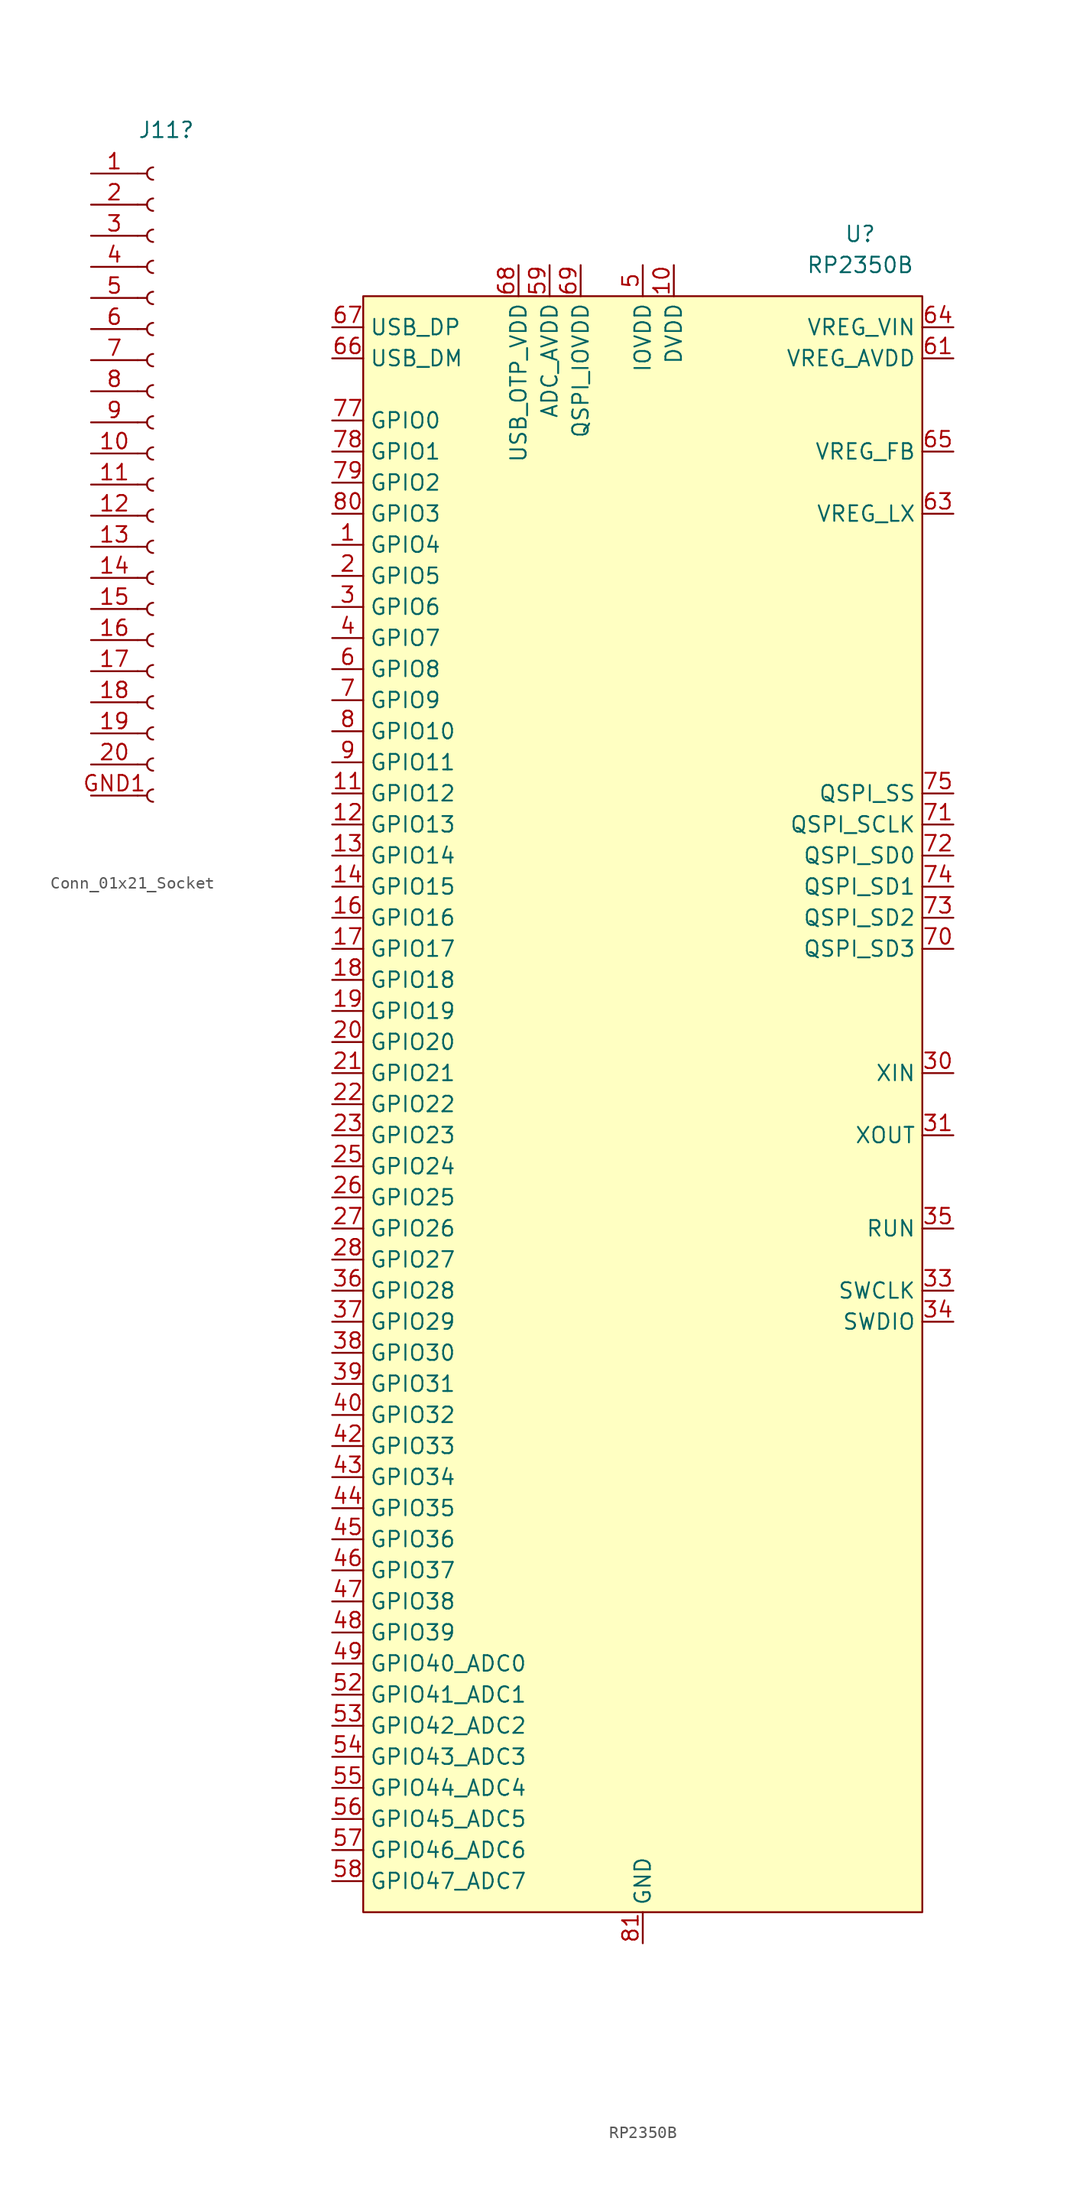
<source format=kicad_sym>
(kicad_symbol_lib
  (version 20241209)
  (generator "kicad_symbol_editor")
  (generator_version "9.0")
  (symbol "Conn_01x21_Socket"
    (pin_names
      (offset 1.016)
      (hide yes))
    (property "Reference" "J11"
      (at -1.27 28.956 0)
      (effects (font (size 1.27 1.27)) (justify left)))
    (property "ki_locked" ""
      (at 0 0 0)
      (effects (font (size 1.27 1.27))))
    (symbol "Conn_01x21_Socket_1_1"
      (polyline (pts (xy -1.27 25.4) (xy -0.508 25.4)) (stroke (width 0.152) (type default)) (fill (type none)))
      (polyline (pts (xy -1.27 22.86) (xy -0.508 22.86)) (stroke (width 0.152) (type default)) (fill (type none)))
      (polyline (pts (xy -1.27 20.32) (xy -0.508 20.32)) (stroke (width 0.152) (type default)) (fill (type none)))
      (polyline (pts (xy -1.27 17.78) (xy -0.508 17.78)) (stroke (width 0.152) (type default)) (fill (type none)))
      (polyline (pts (xy -1.27 15.24) (xy -0.508 15.24)) (stroke (width 0.152) (type default)) (fill (type none)))
      (polyline (pts (xy -1.27 12.7) (xy -0.508 12.7)) (stroke (width 0.152) (type default)) (fill (type none)))
      (polyline (pts (xy -1.27 10.16) (xy -0.508 10.16)) (stroke (width 0.152) (type default)) (fill (type none)))
      (polyline (pts (xy -1.27 7.62) (xy -0.508 7.62)) (stroke (width 0.152) (type default)) (fill (type none)))
      (polyline (pts (xy -1.27 5.08) (xy -0.508 5.08)) (stroke (width 0.152) (type default)) (fill (type none)))
      (polyline (pts (xy -1.27 2.54) (xy -0.508 2.54)) (stroke (width 0.152) (type default)) (fill (type none)))
      (polyline (pts (xy -1.27 0) (xy -0.508 0)) (stroke (width 0.152) (type default)) (fill (type none)))
      (polyline (pts (xy -1.27 -2.54) (xy -0.508 -2.54)) (stroke (width 0.152) (type default)) (fill (type none)))
      (polyline (pts (xy -1.27 -5.08) (xy -0.508 -5.08)) (stroke (width 0.152) (type default)) (fill (type none)))
      (polyline (pts (xy -1.27 -7.62) (xy -0.508 -7.62)) (stroke (width 0.152) (type default)) (fill (type none)))
      (polyline (pts (xy -1.27 -10.16) (xy -0.508 -10.16)) (stroke (width 0.152) (type default)) (fill (type none)))
      (polyline (pts (xy -1.27 -12.7) (xy -0.508 -12.7)) (stroke (width 0.152) (type default)) (fill (type none)))
      (polyline (pts (xy -1.27 -15.24) (xy -0.508 -15.24)) (stroke (width 0.152) (type default)) (fill (type none)))
      (polyline (pts (xy -1.27 -17.78) (xy -0.508 -17.78)) (stroke (width 0.152) (type default)) (fill (type none)))
      (polyline (pts (xy -1.27 -20.32) (xy -0.508 -20.32)) (stroke (width 0.152) (type default)) (fill (type none)))
      (polyline (pts (xy -1.27 -22.86) (xy -0.508 -22.86)) (stroke (width 0.152) (type default)) (fill (type none)))
      (polyline (pts (xy -1.27 -25.4) (xy -0.508 -25.4)) (stroke (width 0.152) (type default)) (fill (type none)))
      (arc (start 0 24.892) (mid -0.5058 25.4) (end 0 25.908) (stroke (width 0.1524) (type default)) (fill (type none)))
      (arc (start 0 22.352) (mid -0.5058 22.86) (end 0 23.368) (stroke (width 0.1524) (type default)) (fill (type none)))
      (arc (start 0 19.812) (mid -0.5058 20.32) (end 0 20.828) (stroke (width 0.1524) (type default)) (fill (type none)))
      (arc (start 0 17.272) (mid -0.5058 17.78) (end 0 18.288) (stroke (width 0.1524) (type default)) (fill (type none)))
      (arc (start 0 14.732) (mid -0.5058 15.24) (end 0 15.748) (stroke (width 0.1524) (type default)) (fill (type none)))
      (arc (start 0 12.192) (mid -0.5058 12.7) (end 0 13.208) (stroke (width 0.1524) (type default)) (fill (type none)))
      (arc (start 0 9.652) (mid -0.5058 10.16) (end 0 10.668) (stroke (width 0.1524) (type default)) (fill (type none)))
      (arc (start 0 7.112) (mid -0.5058 7.62) (end 0 8.128) (stroke (width 0.1524) (type default)) (fill (type none)))
      (arc (start 0 4.572) (mid -0.5058 5.08) (end 0 5.588) (stroke (width 0.1524) (type default)) (fill (type none)))
      (arc (start 0 2.032) (mid -0.5058 2.54) (end 0 3.048) (stroke (width 0.1524) (type default)) (fill (type none)))
      (arc (start 0 -0.508) (mid -0.5058 0) (end 0 0.508) (stroke (width 0.1524) (type default)) (fill (type none)))
      (arc (start 0 -3.048) (mid -0.5058 -2.54) (end 0 -2.032) (stroke (width 0.1524) (type default)) (fill (type none)))
      (arc (start 0 -5.588) (mid -0.5058 -5.08) (end 0 -4.572) (stroke (width 0.1524) (type default)) (fill (type none)))
      (arc (start 0 -8.128) (mid -0.5058 -7.62) (end 0 -7.112) (stroke (width 0.1524) (type default)) (fill (type none)))
      (arc (start 0 -10.668) (mid -0.5058 -10.16) (end 0 -9.652) (stroke (width 0.1524) (type default)) (fill (type none)))
      (arc (start 0 -13.208) (mid -0.5058 -12.7) (end 0 -12.192) (stroke (width 0.1524) (type default)) (fill (type none)))
      (arc (start 0 -15.748) (mid -0.5058 -15.24) (end 0 -14.732) (stroke (width 0.1524) (type default)) (fill (type none)))
      (arc (start 0 -18.288) (mid -0.5058 -17.78) (end 0 -17.272) (stroke (width 0.1524) (type default)) (fill (type none)))
      (arc (start 0 -20.828) (mid -0.5058 -20.32) (end 0 -19.812) (stroke (width 0.1524) (type default)) (fill (type none)))
      (arc (start 0 -23.368) (mid -0.5058 -22.86) (end 0 -22.352) (stroke (width 0.1524) (type default)) (fill (type none)))
      (arc (start 0 -25.908) (mid -0.5058 -25.4) (end 0 -24.892) (stroke (width 0.1524) (type default)) (fill (type none)))
      (pin passive line (at -5.08 25.4 0) (length 3.81) (name "Pin_1" (effects (font (size 1.27 1.27)))) (number "1" (effects (font (size 1.27 1.27)))))
      (pin passive line (at -5.08 22.86 0) (length 3.81) (name "Pin_2" (effects (font (size 1.27 1.27)))) (number "2" (effects (font (size 1.27 1.27)))))
      (pin passive line (at -5.08 20.32 0) (length 3.81) (name "Pin_3" (effects (font (size 1.27 1.27)))) (number "3" (effects (font (size 1.27 1.27)))))
      (pin passive line (at -5.08 17.78 0) (length 3.81) (name "Pin_4" (effects (font (size 1.27 1.27)))) (number "4" (effects (font (size 1.27 1.27)))))
      (pin passive line (at -5.08 15.24 0) (length 3.81) (name "Pin_5" (effects (font (size 1.27 1.27)))) (number "5" (effects (font (size 1.27 1.27)))))
      (pin passive line (at -5.08 12.7 0) (length 3.81) (name "Pin_6" (effects (font (size 1.27 1.27)))) (number "6" (effects (font (size 1.27 1.27)))))
      (pin passive line (at -5.08 10.16 0) (length 3.81) (name "Pin_7" (effects (font (size 1.27 1.27)))) (number "7" (effects (font (size 1.27 1.27)))))
      (pin passive line (at -5.08 7.62 0) (length 3.81) (name "Pin_8" (effects (font (size 1.27 1.27)))) (number "8" (effects (font (size 1.27 1.27)))))
      (pin passive line (at -5.08 5.08 0) (length 3.81) (name "Pin_9" (effects (font (size 1.27 1.27)))) (number "9" (effects (font (size 1.27 1.27)))))
      (pin passive line (at -5.08 2.54 0) (length 3.81) (name "Pin_10" (effects (font (size 1.27 1.27)))) (number "10" (effects (font (size 1.27 1.27)))))
      (pin passive line (at -5.08 0 0) (length 3.81) (name "Pin_11" (effects (font (size 1.27 1.27)))) (number "11" (effects (font (size 1.27 1.27)))))
      (pin passive line (at -5.08 -2.54 0) (length 3.81) (name "Pin_12" (effects (font (size 1.27 1.27)))) (number "12" (effects (font (size 1.27 1.27)))))
      (pin passive line (at -5.08 -5.08 0) (length 3.81) (name "Pin_13" (effects (font (size 1.27 1.27)))) (number "13" (effects (font (size 1.27 1.27)))))
      (pin passive line (at -5.08 -7.62 0) (length 3.81) (name "Pin_14" (effects (font (size 1.27 1.27)))) (number "14" (effects (font (size 1.27 1.27)))))
      (pin passive line (at -5.08 -10.16 0) (length 3.81) (name "Pin_15" (effects (font (size 1.27 1.27)))) (number "15" (effects (font (size 1.27 1.27)))))
      (pin passive line (at -5.08 -12.7 0) (length 3.81) (name "Pin_16" (effects (font (size 1.27 1.27)))) (number "16" (effects (font (size 1.27 1.27)))))
      (pin passive line (at -5.08 -15.24 0) (length 3.81) (name "Pin_17" (effects (font (size 1.27 1.27)))) (number "17" (effects (font (size 1.27 1.27)))))
      (pin passive line (at -5.08 -17.78 0) (length 3.81) (name "Pin_18" (effects (font (size 1.27 1.27)))) (number "18" (effects (font (size 1.27 1.27)))))
      (pin passive line (at -5.08 -20.32 0) (length 3.81) (name "Pin_19" (effects (font (size 1.27 1.27)))) (number "19" (effects (font (size 1.27 1.27)))))
      (pin passive line (at -5.08 -22.86 0) (length 3.81) (name "Pin_20" (effects (font (size 1.27 1.27)))) (number "20" (effects (font (size 1.27 1.27)))))
      (pin passive line (at -5.08 -25.4 0) (length 3.81) (name "GND" (effects (font (size 1.27 1.27)))) (number "GND1" (effects (font (size 1.27 1.27)))))))
  (symbol "RP2350B"
    (property "Reference" "U"
      (at 17.78 71.12 0)
      (effects (font (size 1.27 1.27))))
    (property "Value" "RP2350B"
      (at 17.78 68.58 0)
      (effects (font (size 1.27 1.27))))
    (symbol "RP2350B_0_0"
      (pin bidirectional line (at -25.4 63.5 0) (length 2.54) (name "USB_DP" (effects (font (size 1.27 1.27)))) (number "67" (effects (font (size 1.27 1.27)))))
      (pin bidirectional line (at -25.4 60.96 0) (length 2.54) (name "USB_DM" (effects (font (size 1.27 1.27)))) (number "66" (effects (font (size 1.27 1.27)))))
      (pin bidirectional line (at -25.4 55.88 0) (length 2.54) (name "GPIO0" (effects (font (size 1.27 1.27)))) (number "77" (effects (font (size 1.27 1.27)))))
      (pin bidirectional line (at -25.4 53.34 0) (length 2.54) (name "GPIO1" (effects (font (size 1.27 1.27)))) (number "78" (effects (font (size 1.27 1.27)))))
      (pin bidirectional line (at -25.4 50.8 0) (length 2.54) (name "GPIO2" (effects (font (size 1.27 1.27)))) (number "79" (effects (font (size 1.27 1.27)))))
      (pin bidirectional line (at -25.4 48.26 0) (length 2.54) (name "GPIO3" (effects (font (size 1.27 1.27)))) (number "80" (effects (font (size 1.27 1.27)))))
      (pin bidirectional line (at -25.4 45.72 0) (length 2.54) (name "GPIO4" (effects (font (size 1.27 1.27)))) (number "1" (effects (font (size 1.27 1.27)))))
      (pin bidirectional line (at -25.4 43.18 0) (length 2.54) (name "GPIO5" (effects (font (size 1.27 1.27)))) (number "2" (effects (font (size 1.27 1.27)))))
      (pin bidirectional line (at -25.4 40.64 0) (length 2.54) (name "GPIO6" (effects (font (size 1.27 1.27)))) (number "3" (effects (font (size 1.27 1.27)))))
      (pin bidirectional line (at -25.4 38.1 0) (length 2.54) (name "GPIO7" (effects (font (size 1.27 1.27)))) (number "4" (effects (font (size 1.27 1.27)))))
      (pin bidirectional line (at -25.4 35.56 0) (length 2.54) (name "GPIO8" (effects (font (size 1.27 1.27)))) (number "6" (effects (font (size 1.27 1.27)))))
      (pin bidirectional line (at -25.4 33.02 0) (length 2.54) (name "GPIO9" (effects (font (size 1.27 1.27)))) (number "7" (effects (font (size 1.27 1.27)))))
      (pin bidirectional line (at -25.4 30.48 0) (length 2.54) (name "GPIO10" (effects (font (size 1.27 1.27)))) (number "8" (effects (font (size 1.27 1.27)))))
      (pin bidirectional line (at -25.4 27.94 0) (length 2.54) (name "GPIO11" (effects (font (size 1.27 1.27)))) (number "9" (effects (font (size 1.27 1.27)))))
      (pin bidirectional line (at -25.4 25.4 0) (length 2.54) (name "GPIO12" (effects (font (size 1.27 1.27)))) (number "11" (effects (font (size 1.27 1.27)))))
      (pin bidirectional line (at -25.4 22.86 0) (length 2.54) (name "GPIO13" (effects (font (size 1.27 1.27)))) (number "12" (effects (font (size 1.27 1.27)))))
      (pin bidirectional line (at -25.4 20.32 0) (length 2.54) (name "GPIO14" (effects (font (size 1.27 1.27)))) (number "13" (effects (font (size 1.27 1.27)))))
      (pin bidirectional line (at -25.4 17.78 0) (length 2.54) (name "GPIO15" (effects (font (size 1.27 1.27)))) (number "14" (effects (font (size 1.27 1.27)))))
      (pin bidirectional line (at -25.4 15.24 0) (length 2.54) (name "GPIO16" (effects (font (size 1.27 1.27)))) (number "16" (effects (font (size 1.27 1.27)))))
      (pin bidirectional line (at -25.4 12.7 0) (length 2.54) (name "GPIO17" (effects (font (size 1.27 1.27)))) (number "17" (effects (font (size 1.27 1.27)))))
      (pin bidirectional line (at -25.4 10.16 0) (length 2.54) (name "GPIO18" (effects (font (size 1.27 1.27)))) (number "18" (effects (font (size 1.27 1.27)))))
      (pin bidirectional line (at -25.4 7.62 0) (length 2.54) (name "GPIO19" (effects (font (size 1.27 1.27)))) (number "19" (effects (font (size 1.27 1.27)))))
      (pin bidirectional line (at -25.4 5.08 0) (length 2.54) (name "GPIO20" (effects (font (size 1.27 1.27)))) (number "20" (effects (font (size 1.27 1.27)))))
      (pin bidirectional line (at -25.4 2.54 0) (length 2.54) (name "GPIO21" (effects (font (size 1.27 1.27)))) (number "21" (effects (font (size 1.27 1.27)))))
      (pin bidirectional line (at -25.4 0 0) (length 2.54) (name "GPIO22" (effects (font (size 1.27 1.27)))) (number "22" (effects (font (size 1.27 1.27)))))
      (pin bidirectional line (at -25.4 -2.54 0) (length 2.54) (name "GPIO23" (effects (font (size 1.27 1.27)))) (number "23" (effects (font (size 1.27 1.27)))))
      (pin bidirectional line (at -25.4 -5.08 0) (length 2.54) (name "GPIO24" (effects (font (size 1.27 1.27)))) (number "25" (effects (font (size 1.27 1.27)))))
      (pin bidirectional line (at -25.4 -7.62 0) (length 2.54) (name "GPIO25" (effects (font (size 1.27 1.27)))) (number "26" (effects (font (size 1.27 1.27)))))
      (pin bidirectional line (at -25.4 -10.16 0) (length 2.54) (name "GPIO26" (effects (font (size 1.27 1.27)))) (number "27" (effects (font (size 1.27 1.27)))))
      (pin bidirectional line (at -25.4 -12.7 0) (length 2.54) (name "GPIO27" (effects (font (size 1.27 1.27)))) (number "28" (effects (font (size 1.27 1.27)))))
      (pin bidirectional line (at -25.4 -15.24 0) (length 2.54) (name "GPIO28" (effects (font (size 1.27 1.27)))) (number "36" (effects (font (size 1.27 1.27)))))
      (pin bidirectional line (at -25.4 -17.78 0) (length 2.54) (name "GPIO29" (effects (font (size 1.27 1.27)))) (number "37" (effects (font (size 1.27 1.27)))))
      (pin bidirectional line (at -25.4 -20.32 0) (length 2.54) (name "GPIO30" (effects (font (size 1.27 1.27)))) (number "38" (effects (font (size 1.27 1.27)))))
      (pin bidirectional line (at -25.4 -22.86 0) (length 2.54) (name "GPIO31" (effects (font (size 1.27 1.27)))) (number "39" (effects (font (size 1.27 1.27)))))
      (pin bidirectional line (at -25.4 -25.4 0) (length 2.54) (name "GPIO32" (effects (font (size 1.27 1.27)))) (number "40" (effects (font (size 1.27 1.27)))))
      (pin bidirectional line (at -25.4 -27.94 0) (length 2.54) (name "GPIO33" (effects (font (size 1.27 1.27)))) (number "42" (effects (font (size 1.27 1.27)))))
      (pin bidirectional line (at -25.4 -30.48 0) (length 2.54) (name "GPIO34" (effects (font (size 1.27 1.27)))) (number "43" (effects (font (size 1.27 1.27)))))
      (pin bidirectional line (at -25.4 -33.02 0) (length 2.54) (name "GPIO35" (effects (font (size 1.27 1.27)))) (number "44" (effects (font (size 1.27 1.27)))))
      (pin bidirectional line (at -25.4 -35.56 0) (length 2.54) (name "GPIO36" (effects (font (size 1.27 1.27)))) (number "45" (effects (font (size 1.27 1.27)))))
      (pin bidirectional line (at -25.4 -38.1 0) (length 2.54) (name "GPIO37" (effects (font (size 1.27 1.27)))) (number "46" (effects (font (size 1.27 1.27)))))
      (pin bidirectional line (at -25.4 -40.64 0) (length 2.54) (name "GPIO38" (effects (font (size 1.27 1.27)))) (number "47" (effects (font (size 1.27 1.27)))))
      (pin bidirectional line (at -25.4 -43.18 0) (length 2.54) (name "GPIO39" (effects (font (size 1.27 1.27)))) (number "48" (effects (font (size 1.27 1.27)))))
      (pin bidirectional line (at -25.4 -45.72 0) (length 2.54) (name "GPIO40_ADC0" (effects (font (size 1.27 1.27)))) (number "49" (effects (font (size 1.27 1.27)))))
      (pin bidirectional line (at -25.4 -48.26 0) (length 2.54) (name "GPIO41_ADC1" (effects (font (size 1.27 1.27)))) (number "52" (effects (font (size 1.27 1.27)))))
      (pin bidirectional line (at -25.4 -50.8 0) (length 2.54) (name "GPIO42_ADC2" (effects (font (size 1.27 1.27)))) (number "53" (effects (font (size 1.27 1.27)))))
      (pin bidirectional line (at -25.4 -53.34 0) (length 2.54) (name "GPIO43_ADC3" (effects (font (size 1.27 1.27)))) (number "54" (effects (font (size 1.27 1.27)))))
      (pin bidirectional line (at -25.4 -55.88 0) (length 2.54) (name "GPIO44_ADC4" (effects (font (size 1.27 1.27)))) (number "55" (effects (font (size 1.27 1.27)))))
      (pin bidirectional line (at -25.4 -58.42 0) (length 2.54) (name "GPIO45_ADC5" (effects (font (size 1.27 1.27)))) (number "56" (effects (font (size 1.27 1.27)))))
      (pin bidirectional line (at -25.4 -60.96 0) (length 2.54) (name "GPIO46_ADC6" (effects (font (size 1.27 1.27)))) (number "57" (effects (font (size 1.27 1.27)))))
      (pin bidirectional line (at -25.4 -63.5 0) (length 2.54) (name "GPIO47_ADC7" (effects (font (size 1.27 1.27)))) (number "58" (effects (font (size 1.27 1.27)))))
      (pin power_in line (at -10.16 68.58 270) (length 2.54) (name "USB_OTP_VDD" (effects (font (size 1.27 1.27)))) (number "68" (effects (font (size 1.27 1.27)))))
      (pin power_in line (at -7.62 68.58 270) (length 2.54) (name "ADC_AVDD" (effects (font (size 1.27 1.27)))) (number "59" (effects (font (size 1.27 1.27)))))
      (pin power_in line (at -5.08 68.58 270) (length 2.54) (name "QSPI_IOVDD" (effects (font (size 1.27 1.27)))) (number "69" (effects (font (size 1.27 1.27)))))
      (pin passive line (at 0 68.58 270) (length 2.54) (hide yes) (name "IOVDD" (effects (font (size 1.27 1.27)))) (number "15" (effects (font (size 1.27 1.27)))))
      (pin passive line (at 0 68.58 270) (length 2.54) (hide yes) (name "IOVDD" (effects (font (size 1.27 1.27)))) (number "24" (effects (font (size 1.27 1.27)))))
      (pin passive line (at 0 68.58 270) (length 2.54) (hide yes) (name "IOVDD" (effects (font (size 1.27 1.27)))) (number "29" (effects (font (size 1.27 1.27)))))
      (pin passive line (at 0 68.58 270) (length 2.54) (hide yes) (name "IOVDD" (effects (font (size 1.27 1.27)))) (number "41" (effects (font (size 1.27 1.27)))))
      (pin power_in line (at 0 68.58 270) (length 2.54) (name "IOVDD" (effects (font (size 1.27 1.27)))) (number "5" (effects (font (size 1.27 1.27)))))
      (pin passive line (at 0 68.58 270) (length 2.54) (hide yes) (name "IOVDD" (effects (font (size 1.27 1.27)))) (number "50" (effects (font (size 1.27 1.27)))))
      (pin passive line (at 0 68.58 270) (length 2.54) (hide yes) (name "IOVDD" (effects (font (size 1.27 1.27)))) (number "60" (effects (font (size 1.27 1.27)))))
      (pin passive line (at 0 68.58 270) (length 2.54) (hide yes) (name "IOVDD" (effects (font (size 1.27 1.27)))) (number "76" (effects (font (size 1.27 1.27)))))
      (pin power_in line (at 2.54 68.58 270) (length 2.54) (name "DVDD" (effects (font (size 1.27 1.27)))) (number "10" (effects (font (size 1.27 1.27)))))
      (pin passive line (at 2.54 68.58 270) (length 2.54) (hide yes) (name "DVDD" (effects (font (size 1.27 1.27)))) (number "32" (effects (font (size 1.27 1.27)))))
      (pin passive line (at 2.54 68.58 270) (length 2.54) (hide yes) (name "DVDD" (effects (font (size 1.27 1.27)))) (number "51" (effects (font (size 1.27 1.27)))))
      (pin power_in line (at 25.4 63.5 180) (length 2.54) (name "VREG_VIN" (effects (font (size 1.27 1.27)))) (number "64" (effects (font (size 1.27 1.27)))))
      (pin power_in line (at 25.4 60.96 180) (length 2.54) (name "VREG_AVDD" (effects (font (size 1.27 1.27)))) (number "61" (effects (font (size 1.27 1.27)))))
      (pin passive line (at 25.4 53.34 180) (length 2.54) (name "VREG_FB" (effects (font (size 1.27 1.27)))) (number "65" (effects (font (size 1.27 1.27)))))
      (pin passive line (at 25.4 48.26 180) (length 2.54) (name "VREG_LX" (effects (font (size 1.27 1.27)))) (number "63" (effects (font (size 1.27 1.27)))))
      (pin bidirectional line (at 25.4 25.4 180) (length 2.54) (name "QSPI_SS" (effects (font (size 1.27 1.27)))) (number "75" (effects (font (size 1.27 1.27)))))
      (pin bidirectional line (at 25.4 22.86 180) (length 2.54) (name "QSPI_SCLK" (effects (font (size 1.27 1.27)))) (number "71" (effects (font (size 1.27 1.27)))))
      (pin bidirectional line (at 25.4 20.32 180) (length 2.54) (name "QSPI_SD0" (effects (font (size 1.27 1.27)))) (number "72" (effects (font (size 1.27 1.27)))))
      (pin bidirectional line (at 25.4 17.78 180) (length 2.54) (name "QSPI_SD1" (effects (font (size 1.27 1.27)))) (number "74" (effects (font (size 1.27 1.27)))))
      (pin bidirectional line (at 25.4 15.24 180) (length 2.54) (name "QSPI_SD2" (effects (font (size 1.27 1.27)))) (number "73" (effects (font (size 1.27 1.27)))))
      (pin bidirectional line (at 25.4 12.7 180) (length 2.54) (name "QSPI_SD3" (effects (font (size 1.27 1.27)))) (number "70" (effects (font (size 1.27 1.27)))))
      (pin input line (at 25.4 2.54 180) (length 2.54) (name "XIN" (effects (font (size 1.27 1.27)))) (number "30" (effects (font (size 1.27 1.27)))))
      (pin output line (at 25.4 -2.54 180) (length 2.54) (name "XOUT" (effects (font (size 1.27 1.27)))) (number "31" (effects (font (size 1.27 1.27)))))
      (pin input line (at 25.4 -10.16 180) (length 2.54) (name "RUN" (effects (font (size 1.27 1.27)))) (number "35" (effects (font (size 1.27 1.27)))))
      (pin input line (at 25.4 -15.24 180) (length 2.54) (name "SWCLK" (effects (font (size 1.27 1.27)))) (number "33" (effects (font (size 1.27 1.27)))))
      (pin bidirectional line (at 25.4 -17.78 180) (length 2.54) (name "SWDIO" (effects (font (size 1.27 1.27)))) (number "34" (effects (font (size 1.27 1.27))))))
    (symbol "RP2350B_1_0"
      (pin passive line (at 0 -68.58 90) (length 2.54) (hide yes) (name "VREG_PGND" (effects (font (size 1.27 1.27)))) (number "62" (effects (font (size 1.27 1.27)))))
      (pin power_in line (at 0 -68.58 90) (length 2.54) (name "GND" (effects (font (size 1.27 1.27)))) (number "81" (effects (font (size 1.27 1.27))))))
    (symbol "RP2350B_1_1"
      (rectangle (start -22.86 66.04) (end 22.86 -66.04) (stroke (width 0) (type default)) (fill (type background))))))
</source>
